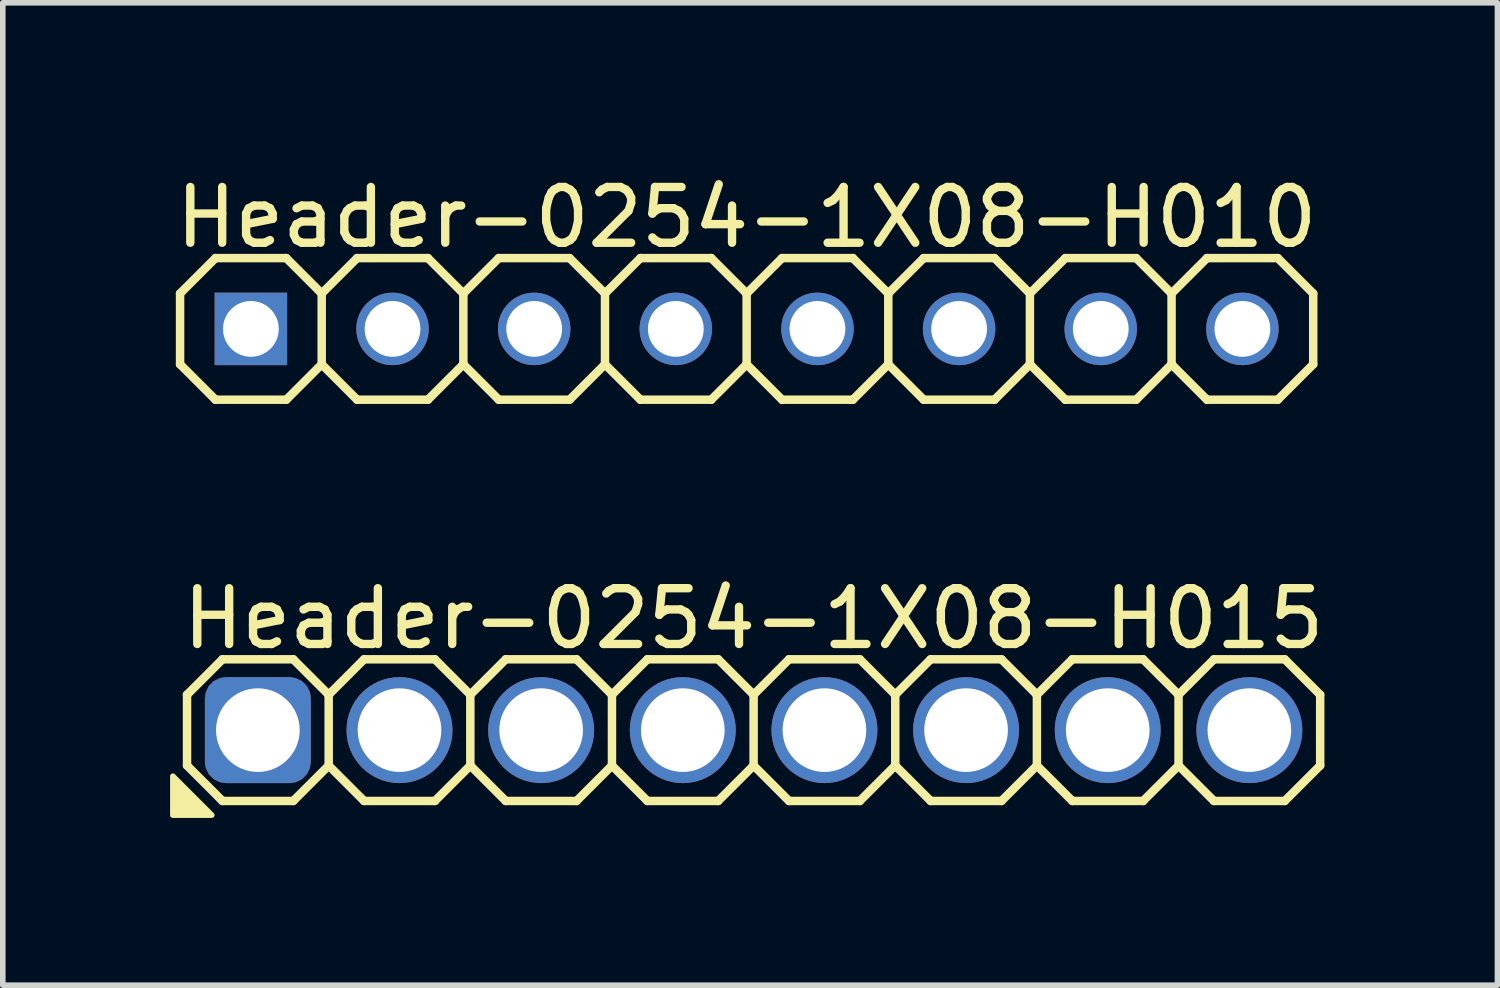
<source format=kicad_pcb>
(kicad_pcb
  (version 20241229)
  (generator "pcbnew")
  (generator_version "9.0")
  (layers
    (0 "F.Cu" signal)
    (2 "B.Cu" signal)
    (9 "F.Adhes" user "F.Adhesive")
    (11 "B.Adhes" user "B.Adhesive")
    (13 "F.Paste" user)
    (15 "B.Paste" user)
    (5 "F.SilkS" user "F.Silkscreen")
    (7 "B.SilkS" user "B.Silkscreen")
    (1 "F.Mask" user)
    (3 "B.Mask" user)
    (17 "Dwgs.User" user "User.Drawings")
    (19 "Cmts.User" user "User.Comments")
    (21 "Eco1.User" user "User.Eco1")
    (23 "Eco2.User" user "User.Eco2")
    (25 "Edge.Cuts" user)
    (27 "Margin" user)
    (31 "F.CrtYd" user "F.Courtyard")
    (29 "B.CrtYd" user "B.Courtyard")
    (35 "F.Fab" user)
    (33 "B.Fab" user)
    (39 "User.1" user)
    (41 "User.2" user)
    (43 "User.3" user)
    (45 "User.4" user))
  (footprint "Header-0254-1X08-H015"
    (layer "F.Cu")
    (at 10.464 10.043)
    (property "Reference" "Header-0254-1X08-H015" (at 0 -2 0) (layer "F.SilkS") (effects (font (size 1 1) (thickness 0.15))))
    (attr exclude_from_pos_files exclude_from_bom)
    (fp_line (start -10.16 -0.635) (end -10.16 0.635) (stroke (width 0.152) (type solid)) (layer "F.SilkS"))
    (fp_line (start -10.16 0.635) (end -9.525 1.27) (stroke (width 0.152) (type solid)) (layer "F.SilkS"))
    (fp_line (start -9.525 -1.27) (end -10.16 -0.635) (stroke (width 0.152) (type solid)) (layer "F.SilkS"))
    (fp_line (start -9.525 -1.27) (end -8.255 -1.27) (stroke (width 0.152) (type solid)) (layer "F.SilkS"))
    (fp_line (start -8.255 -1.27) (end -7.62 -0.635) (stroke (width 0.152) (type solid)) (layer "F.SilkS"))
    (fp_line (start -8.255 1.27) (end -9.525 1.27) (stroke (width 0.152) (type solid)) (layer "F.SilkS"))
    (fp_line (start -7.62 -0.635) (end -7.62 0.635) (stroke (width 0.152) (type solid)) (layer "F.SilkS"))
    (fp_line (start -7.62 -0.635) (end -6.985 -1.27) (stroke (width 0.152) (type solid)) (layer "F.SilkS"))
    (fp_line (start -7.62 0.635) (end -8.255 1.27) (stroke (width 0.152) (type solid)) (layer "F.SilkS"))
    (fp_line (start -6.985 -1.27) (end -5.715 -1.27) (stroke (width 0.152) (type solid)) (layer "F.SilkS"))
    (fp_line (start -6.985 1.27) (end -7.62 0.635) (stroke (width 0.152) (type solid)) (layer "F.SilkS"))
    (fp_line (start -5.715 -1.27) (end -5.08 -0.635) (stroke (width 0.152) (type solid)) (layer "F.SilkS"))
    (fp_line (start -5.715 1.27) (end -6.985 1.27) (stroke (width 0.152) (type solid)) (layer "F.SilkS"))
    (fp_line (start -5.08 -0.635) (end -5.08 0.635) (stroke (width 0.152) (type solid)) (layer "F.SilkS"))
    (fp_line (start -5.08 -0.635) (end -4.445 -1.27) (stroke (width 0.152) (type solid)) (layer "F.SilkS"))
    (fp_line (start -5.08 0.635) (end -5.715 1.27) (stroke (width 0.152) (type solid)) (layer "F.SilkS"))
    (fp_line (start -4.445 -1.27) (end -3.175 -1.27) (stroke (width 0.152) (type solid)) (layer "F.SilkS"))
    (fp_line (start -4.445 1.27) (end -5.08 0.635) (stroke (width 0.152) (type solid)) (layer "F.SilkS"))
    (fp_line (start -3.175 -1.27) (end -2.54 -0.635) (stroke (width 0.152) (type solid)) (layer "F.SilkS"))
    (fp_line (start -3.175 1.27) (end -4.445 1.27) (stroke (width 0.152) (type solid)) (layer "F.SilkS"))
    (fp_line (start -2.54 -0.635) (end -2.54 0.635) (stroke (width 0.152) (type solid)) (layer "F.SilkS"))
    (fp_line (start -2.54 0.635) (end -3.175 1.27) (stroke (width 0.152) (type solid)) (layer "F.SilkS"))
    (fp_line (start -2.54 0.635) (end -1.905 1.27) (stroke (width 0.152) (type solid)) (layer "F.SilkS"))
    (fp_line (start -1.905 -1.27) (end -2.54 -0.635) (stroke (width 0.152) (type solid)) (layer "F.SilkS"))
    (fp_line (start -1.905 -1.27) (end -0.635 -1.27) (stroke (width 0.152) (type solid)) (layer "F.SilkS"))
    (fp_line (start -0.635 -1.27) (end 0 -0.635) (stroke (width 0.152) (type solid)) (layer "F.SilkS"))
    (fp_line (start -0.635 1.27) (end -1.905 1.27) (stroke (width 0.152) (type solid)) (layer "F.SilkS"))
    (fp_line (start 0 -0.635) (end 0 0.635) (stroke (width 0.152) (type solid)) (layer "F.SilkS"))
    (fp_line (start 0 -0.635) (end 0.635 -1.27) (stroke (width 0.152) (type solid)) (layer "F.SilkS"))
    (fp_line (start 0 0.635) (end -0.635 1.27) (stroke (width 0.152) (type solid)) (layer "F.SilkS"))
    (fp_line (start 0.635 -1.27) (end 1.905 -1.27) (stroke (width 0.152) (type solid)) (layer "F.SilkS"))
    (fp_line (start 0.635 1.27) (end 0 0.635) (stroke (width 0.152) (type solid)) (layer "F.SilkS"))
    (fp_line (start 1.905 -1.27) (end 2.54 -0.635) (stroke (width 0.152) (type solid)) (layer "F.SilkS"))
    (fp_line (start 1.905 1.27) (end 0.635 1.27) (stroke (width 0.152) (type solid)) (layer "F.SilkS"))
    (fp_line (start 2.54 -0.635) (end 2.54 0.635) (stroke (width 0.152) (type solid)) (layer "F.SilkS"))
    (fp_line (start 2.54 -0.635) (end 3.175 -1.27) (stroke (width 0.152) (type solid)) (layer "F.SilkS"))
    (fp_line (start 2.54 0.635) (end 1.905 1.27) (stroke (width 0.152) (type solid)) (layer "F.SilkS"))
    (fp_line (start 3.175 -1.27) (end 4.445 -1.27) (stroke (width 0.152) (type solid)) (layer "F.SilkS"))
    (fp_line (start 3.175 1.27) (end 2.54 0.635) (stroke (width 0.152) (type solid)) (layer "F.SilkS"))
    (fp_line (start 4.445 -1.27) (end 5.08 -0.635) (stroke (width 0.152) (type solid)) (layer "F.SilkS"))
    (fp_line (start 4.445 1.27) (end 3.175 1.27) (stroke (width 0.152) (type solid)) (layer "F.SilkS"))
    (fp_line (start 5.08 -0.635) (end 5.08 0.635) (stroke (width 0.152) (type solid)) (layer "F.SilkS"))
    (fp_line (start 5.08 0.635) (end 4.445 1.27) (stroke (width 0.152) (type solid)) (layer "F.SilkS"))
    (fp_line (start 5.08 0.635) (end 5.715 1.27) (stroke (width 0.152) (type solid)) (layer "F.SilkS"))
    (fp_line (start 5.715 -1.27) (end 5.08 -0.635) (stroke (width 0.152) (type solid)) (layer "F.SilkS"))
    (fp_line (start 5.715 -1.27) (end 6.985 -1.27) (stroke (width 0.152) (type solid)) (layer "F.SilkS"))
    (fp_line (start 6.985 -1.27) (end 7.62 -0.635) (stroke (width 0.152) (type solid)) (layer "F.SilkS"))
    (fp_line (start 6.985 1.27) (end 5.715 1.27) (stroke (width 0.152) (type solid)) (layer "F.SilkS"))
    (fp_line (start 7.62 -0.635) (end 7.62 0.635) (stroke (width 0.152) (type solid)) (layer "F.SilkS"))
    (fp_line (start 7.62 0.635) (end 6.985 1.27) (stroke (width 0.152) (type solid)) (layer "F.SilkS"))
    (fp_line (start 7.62 0.635) (end 8.255 1.27) (stroke (width 0.152) (type solid)) (layer "F.SilkS"))
    (fp_line (start 8.255 -1.27) (end 7.62 -0.635) (stroke (width 0.152) (type solid)) (layer "F.SilkS"))
    (fp_line (start 8.255 -1.27) (end 9.525 -1.27) (stroke (width 0.152) (type solid)) (layer "F.SilkS"))
    (fp_line (start 9.525 -1.27) (end 10.16 -0.635) (stroke (width 0.152) (type solid)) (layer "F.SilkS"))
    (fp_line (start 9.525 1.27) (end 8.255 1.27) (stroke (width 0.152) (type solid)) (layer "F.SilkS"))
    (fp_line (start 10.16 -0.635) (end 10.16 0.635) (stroke (width 0.152) (type solid)) (layer "F.SilkS"))
    (fp_line (start 10.16 0.635) (end 9.525 1.27) (stroke (width 0.152) (type solid)) (layer "F.SilkS"))
    (fp_poly (pts (xy -10.414 0.826) (xy -10.414 1.524) (xy -9.716 1.524)) (stroke (width 0.1) (type solid)) (fill yes) (layer "F.SilkS"))
    (pad "1" thru_hole roundrect (at -8.89 0 180) (size 1.9 1.9) (drill 1.5) (layers "*.Cu" "*.Mask") (roundrect_rratio 0.2))
    (pad "2" thru_hole circle (at -6.35 0 180) (size 1.9 1.9) (drill 1.5) (layers "*.Cu" "*.Mask"))
    (pad "3" thru_hole circle (at -3.81 0 180) (size 1.9 1.9) (drill 1.5) (layers "*.Cu" "*.Mask"))
    (pad "4" thru_hole circle (at -1.27 0 180) (size 1.9 1.9) (drill 1.5) (layers "*.Cu" "*.Mask"))
    (pad "5" thru_hole circle (at 1.27 0 180) (size 1.9 1.9) (drill 1.5) (layers "*.Cu" "*.Mask"))
    (pad "6" thru_hole circle (at 3.81 0 180) (size 1.9 1.9) (drill 1.5) (layers "*.Cu" "*.Mask"))
    (pad "7" thru_hole circle (at 6.35 0 180) (size 1.9 1.9) (drill 1.5) (layers "*.Cu" "*.Mask"))
    (pad "8" thru_hole circle (at 8.89 0 180) (size 1.9 1.9) (drill 1.5) (layers "*.Cu" "*.Mask")))
  (footprint "Header-0254-1X08-H010"
    (layer "F.Cu")
    (at 10.339 2.848)
    (property "Reference" "Header-0254-1X08-H010" (at 0 -2 0) (layer "F.SilkS") (effects (font (size 1 1) (thickness 0.15))))
    (attr exclude_from_pos_files exclude_from_bom)
    (fp_line (start -10.16 -0.635) (end -10.16 0.635) (stroke (width 0.152) (type solid)) (layer "F.SilkS"))
    (fp_line (start -10.16 0.635) (end -9.525 1.27) (stroke (width 0.152) (type solid)) (layer "F.SilkS"))
    (fp_line (start -9.525 -1.27) (end -10.16 -0.635) (stroke (width 0.152) (type solid)) (layer "F.SilkS"))
    (fp_line (start -9.525 -1.27) (end -8.255 -1.27) (stroke (width 0.152) (type solid)) (layer "F.SilkS"))
    (fp_line (start -8.255 -1.27) (end -7.62 -0.635) (stroke (width 0.152) (type solid)) (layer "F.SilkS"))
    (fp_line (start -8.255 1.27) (end -9.525 1.27) (stroke (width 0.152) (type solid)) (layer "F.SilkS"))
    (fp_line (start -7.62 -0.635) (end -7.62 0.635) (stroke (width 0.152) (type solid)) (layer "F.SilkS"))
    (fp_line (start -7.62 -0.635) (end -6.985 -1.27) (stroke (width 0.152) (type solid)) (layer "F.SilkS"))
    (fp_line (start -7.62 0.635) (end -8.255 1.27) (stroke (width 0.152) (type solid)) (layer "F.SilkS"))
    (fp_line (start -6.985 -1.27) (end -5.715 -1.27) (stroke (width 0.152) (type solid)) (layer "F.SilkS"))
    (fp_line (start -6.985 1.27) (end -7.62 0.635) (stroke (width 0.152) (type solid)) (layer "F.SilkS"))
    (fp_line (start -5.715 -1.27) (end -5.08 -0.635) (stroke (width 0.152) (type solid)) (layer "F.SilkS"))
    (fp_line (start -5.715 1.27) (end -6.985 1.27) (stroke (width 0.152) (type solid)) (layer "F.SilkS"))
    (fp_line (start -5.08 -0.635) (end -5.08 0.635) (stroke (width 0.152) (type solid)) (layer "F.SilkS"))
    (fp_line (start -5.08 -0.635) (end -4.445 -1.27) (stroke (width 0.152) (type solid)) (layer "F.SilkS"))
    (fp_line (start -5.08 0.635) (end -5.715 1.27) (stroke (width 0.152) (type solid)) (layer "F.SilkS"))
    (fp_line (start -4.445 -1.27) (end -3.175 -1.27) (stroke (width 0.152) (type solid)) (layer "F.SilkS"))
    (fp_line (start -4.445 1.27) (end -5.08 0.635) (stroke (width 0.152) (type solid)) (layer "F.SilkS"))
    (fp_line (start -3.175 -1.27) (end -2.54 -0.635) (stroke (width 0.152) (type solid)) (layer "F.SilkS"))
    (fp_line (start -3.175 1.27) (end -4.445 1.27) (stroke (width 0.152) (type solid)) (layer "F.SilkS"))
    (fp_line (start -2.54 -0.635) (end -2.54 0.635) (stroke (width 0.152) (type solid)) (layer "F.SilkS"))
    (fp_line (start -2.54 0.635) (end -3.175 1.27) (stroke (width 0.152) (type solid)) (layer "F.SilkS"))
    (fp_line (start -2.54 0.635) (end -1.905 1.27) (stroke (width 0.152) (type solid)) (layer "F.SilkS"))
    (fp_line (start -1.905 -1.27) (end -2.54 -0.635) (stroke (width 0.152) (type solid)) (layer "F.SilkS"))
    (fp_line (start -1.905 -1.27) (end -0.635 -1.27) (stroke (width 0.152) (type solid)) (layer "F.SilkS"))
    (fp_line (start -0.635 -1.27) (end 0 -0.635) (stroke (width 0.152) (type solid)) (layer "F.SilkS"))
    (fp_line (start -0.635 1.27) (end -1.905 1.27) (stroke (width 0.152) (type solid)) (layer "F.SilkS"))
    (fp_line (start 0 -0.635) (end 0 0.635) (stroke (width 0.152) (type solid)) (layer "F.SilkS"))
    (fp_line (start 0 -0.635) (end 0.635 -1.27) (stroke (width 0.152) (type solid)) (layer "F.SilkS"))
    (fp_line (start 0 0.635) (end -0.635 1.27) (stroke (width 0.152) (type solid)) (layer "F.SilkS"))
    (fp_line (start 0.635 -1.27) (end 1.905 -1.27) (stroke (width 0.152) (type solid)) (layer "F.SilkS"))
    (fp_line (start 0.635 1.27) (end 0 0.635) (stroke (width 0.152) (type solid)) (layer "F.SilkS"))
    (fp_line (start 1.905 -1.27) (end 2.54 -0.635) (stroke (width 0.152) (type solid)) (layer "F.SilkS"))
    (fp_line (start 1.905 1.27) (end 0.635 1.27) (stroke (width 0.152) (type solid)) (layer "F.SilkS"))
    (fp_line (start 2.54 -0.635) (end 2.54 0.635) (stroke (width 0.152) (type solid)) (layer "F.SilkS"))
    (fp_line (start 2.54 -0.635) (end 3.175 -1.27) (stroke (width 0.152) (type solid)) (layer "F.SilkS"))
    (fp_line (start 2.54 0.635) (end 1.905 1.27) (stroke (width 0.152) (type solid)) (layer "F.SilkS"))
    (fp_line (start 3.175 -1.27) (end 4.445 -1.27) (stroke (width 0.152) (type solid)) (layer "F.SilkS"))
    (fp_line (start 3.175 1.27) (end 2.54 0.635) (stroke (width 0.152) (type solid)) (layer "F.SilkS"))
    (fp_line (start 4.445 -1.27) (end 5.08 -0.635) (stroke (width 0.152) (type solid)) (layer "F.SilkS"))
    (fp_line (start 4.445 1.27) (end 3.175 1.27) (stroke (width 0.152) (type solid)) (layer "F.SilkS"))
    (fp_line (start 5.08 -0.635) (end 5.08 0.635) (stroke (width 0.152) (type solid)) (layer "F.SilkS"))
    (fp_line (start 5.08 0.635) (end 4.445 1.27) (stroke (width 0.152) (type solid)) (layer "F.SilkS"))
    (fp_line (start 5.08 0.635) (end 5.715 1.27) (stroke (width 0.152) (type solid)) (layer "F.SilkS"))
    (fp_line (start 5.715 -1.27) (end 5.08 -0.635) (stroke (width 0.152) (type solid)) (layer "F.SilkS"))
    (fp_line (start 5.715 -1.27) (end 6.985 -1.27) (stroke (width 0.152) (type solid)) (layer "F.SilkS"))
    (fp_line (start 6.985 -1.27) (end 7.62 -0.635) (stroke (width 0.152) (type solid)) (layer "F.SilkS"))
    (fp_line (start 6.985 1.27) (end 5.715 1.27) (stroke (width 0.152) (type solid)) (layer "F.SilkS"))
    (fp_line (start 7.62 -0.635) (end 7.62 0.635) (stroke (width 0.152) (type solid)) (layer "F.SilkS"))
    (fp_line (start 7.62 0.635) (end 6.985 1.27) (stroke (width 0.152) (type solid)) (layer "F.SilkS"))
    (fp_line (start 7.62 0.635) (end 8.255 1.27) (stroke (width 0.152) (type solid)) (layer "F.SilkS"))
    (fp_line (start 8.255 -1.27) (end 7.62 -0.635) (stroke (width 0.152) (type solid)) (layer "F.SilkS"))
    (fp_line (start 8.255 -1.27) (end 9.525 -1.27) (stroke (width 0.152) (type solid)) (layer "F.SilkS"))
    (fp_line (start 9.525 -1.27) (end 10.16 -0.635) (stroke (width 0.152) (type solid)) (layer "F.SilkS"))
    (fp_line (start 9.525 1.27) (end 8.255 1.27) (stroke (width 0.152) (type solid)) (layer "F.SilkS"))
    (fp_line (start 10.16 -0.635) (end 10.16 0.635) (stroke (width 0.152) (type solid)) (layer "F.SilkS"))
    (fp_line (start 10.16 0.635) (end 9.525 1.27) (stroke (width 0.152) (type solid)) (layer "F.SilkS"))
    (pad "1" thru_hole rect (at -8.89 0 180) (size 1.3 1.3) (drill 1) (layers "*.Cu" "*.Mask"))
    (pad "2" thru_hole circle (at -6.35 0 180) (size 1.3 1.3) (drill 1) (layers "*.Cu" "*.Mask"))
    (pad "3" thru_hole circle (at -3.81 0 180) (size 1.3 1.3) (drill 1) (layers "*.Cu" "*.Mask"))
    (pad "4" thru_hole circle (at -1.27 0 180) (size 1.3 1.3) (drill 1) (layers "*.Cu" "*.Mask"))
    (pad "5" thru_hole circle (at 1.27 0 180) (size 1.3 1.3) (drill 1) (layers "*.Cu" "*.Mask"))
    (pad "6" thru_hole circle (at 3.81 0 180) (size 1.3 1.3) (drill 1) (layers "*.Cu" "*.Mask"))
    (pad "7" thru_hole circle (at 6.35 0 180) (size 1.3 1.3) (drill 1) (layers "*.Cu" "*.Mask"))
    (pad "8" thru_hole circle (at 8.89 0 180) (size 1.3 1.3) (drill 1) (layers "*.Cu" "*.Mask")))
  (gr_rect
    (start -3 -3)
    (end 23.803 14.617)
    (stroke (width 0.1) (type default))
    (fill no)
    (layer "Edge.Cuts")))
</source>
